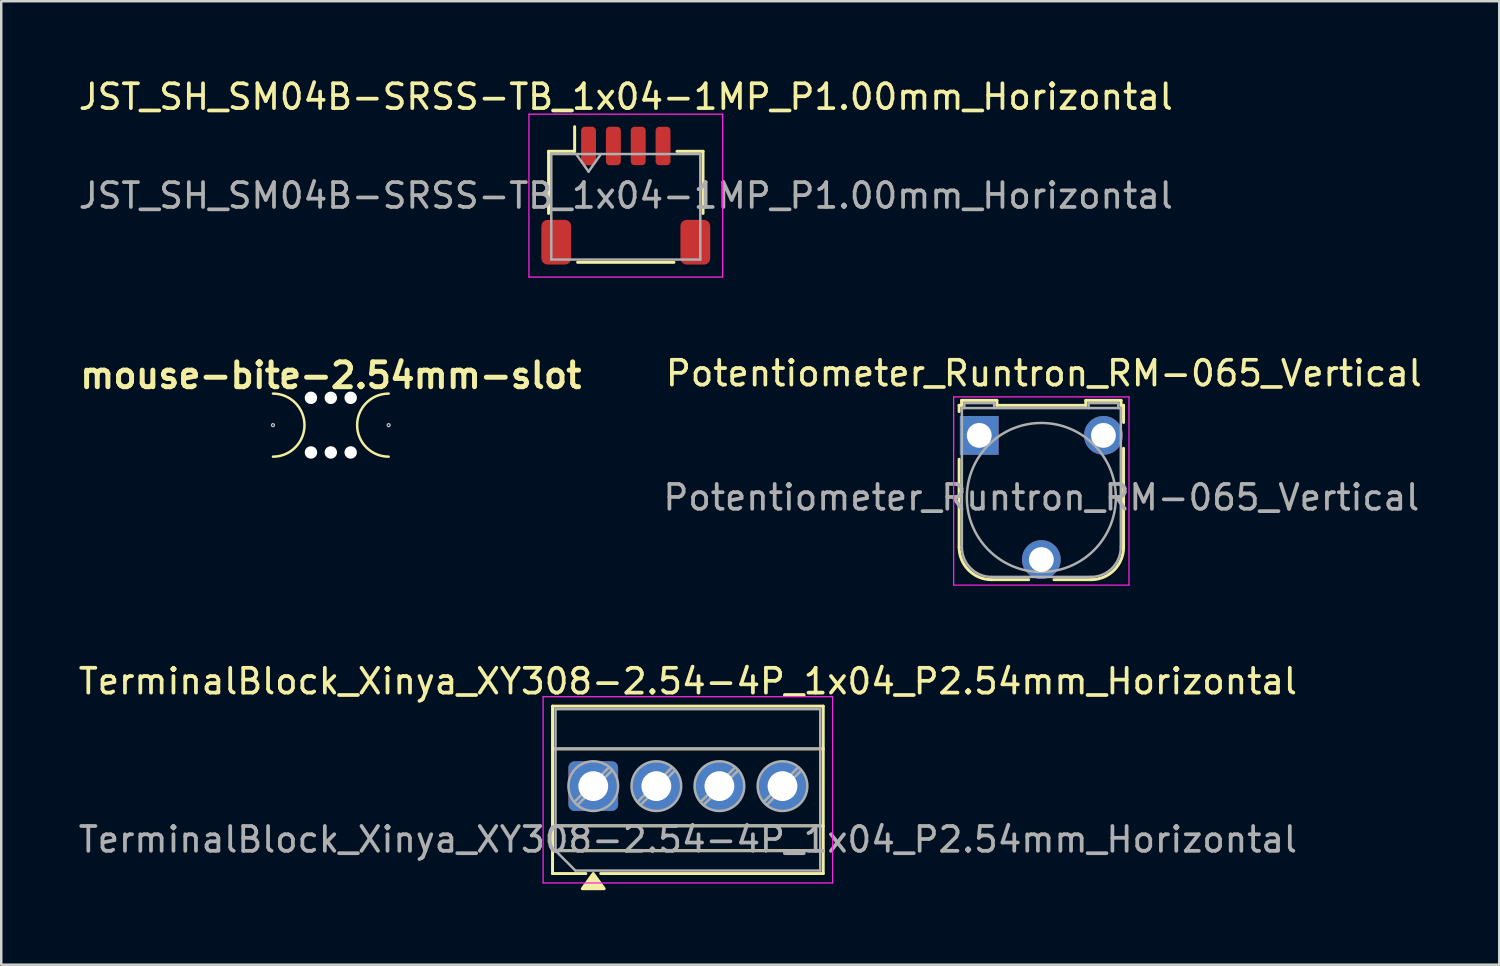
<source format=kicad_pcb>
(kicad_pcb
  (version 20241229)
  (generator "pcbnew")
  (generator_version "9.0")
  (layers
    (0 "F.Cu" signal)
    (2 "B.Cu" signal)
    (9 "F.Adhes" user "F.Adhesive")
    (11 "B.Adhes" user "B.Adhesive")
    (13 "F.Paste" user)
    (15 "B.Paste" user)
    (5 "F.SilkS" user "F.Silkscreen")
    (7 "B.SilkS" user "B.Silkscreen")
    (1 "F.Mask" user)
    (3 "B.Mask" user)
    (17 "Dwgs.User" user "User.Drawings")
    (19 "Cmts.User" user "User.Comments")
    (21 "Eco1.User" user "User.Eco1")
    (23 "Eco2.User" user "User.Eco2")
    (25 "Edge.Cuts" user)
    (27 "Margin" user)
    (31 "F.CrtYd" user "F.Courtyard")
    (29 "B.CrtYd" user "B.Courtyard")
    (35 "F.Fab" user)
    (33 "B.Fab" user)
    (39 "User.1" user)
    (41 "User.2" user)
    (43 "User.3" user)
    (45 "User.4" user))
  (footprint "mouse-bite-2.54mm-slot"
    (layer "F.Cu")
    (at 10.271 14.069)
    (property "Reference" "mouse-bite-2.54mm-slot" (at 0 -2 0) (layer "F.SilkS") (effects (font (size 1 1) (thickness 0.2))))
    (attr through_hole)
    (fp_arc (start -2.33 -1.27) (mid -1.06 0) (end -2.33 1.27) (stroke (width 0.1) (type solid)) (layer "F.SilkS"))
    (fp_arc (start 2.33 1.27) (mid 1.06 0) (end 2.33 -1.27) (stroke (width 0.1) (type solid)) (layer "F.SilkS"))
    (fp_circle (center -2.33 0) (end -2.27 0) (stroke (width 0.05) (type solid)) (fill no) (layer "Dwgs.User"))
    (fp_circle (center 2.33 0) (end 2.33 -0.06) (stroke (width 0.05) (type solid)) (fill no) (layer "Dwgs.User"))
    (fp_line (start -2.33 0) (end -2.33 0) (stroke (width 2.54) (type solid)) (layer "Eco1.User"))
    (fp_line (start 2.33 0) (end 2.33 0) (stroke (width 2.54) (type solid)) (layer "Eco1.User"))
    (pad "" np_thru_hole circle (at -0.8 -1.1) (size 0.5 0.5) (drill 0.5) (layers "*.Cu" "*.Mask"))
    (pad "" np_thru_hole circle (at -0.8 1.1) (size 0.5 0.5) (drill 0.5) (layers "*.Cu" "*.Mask"))
    (pad "" np_thru_hole circle (at 0 -1.1) (size 0.5 0.5) (drill 0.5) (layers "*.Cu" "*.Mask"))
    (pad "" np_thru_hole circle (at 0 1.1) (size 0.5 0.5) (drill 0.5) (layers "*.Cu" "*.Mask"))
    (pad "" np_thru_hole circle (at 0.8 -1.1) (size 0.5 0.5) (drill 0.5) (layers "*.Cu" "*.Mask"))
    (pad "" np_thru_hole circle (at 0.8 1.1) (size 0.5 0.5) (drill 0.5) (layers "*.Cu" "*.Mask")))
  (footprint "JST_SH_SM04B-SRSS-TB_1x04-1MP_P1.00mm_Horizontal"
    (layer "F.Cu")
    (at 22.149 4.828)
    (property "Reference" "JST_SH_SM04B-SRSS-TB_1x04-1MP_P1.00mm_Horizontal" (at 0 -3.98 0) (layer "F.SilkS") (effects (font (size 1 1) (thickness 0.15))))
    (attr smd)
    (fp_line (start -3.11 -1.785) (end -2.06 -1.785) (stroke (width 0.12) (type solid)) (layer "F.SilkS"))
    (fp_line (start -3.11 0.715) (end -3.11 -1.785) (stroke (width 0.12) (type solid)) (layer "F.SilkS"))
    (fp_line (start -2.06 -1.785) (end -2.06 -2.775) (stroke (width 0.12) (type solid)) (layer "F.SilkS"))
    (fp_line (start -1.94 2.685) (end 1.94 2.685) (stroke (width 0.12) (type solid)) (layer "F.SilkS"))
    (fp_line (start 3.11 -1.785) (end 2.06 -1.785) (stroke (width 0.12) (type solid)) (layer "F.SilkS"))
    (fp_line (start 3.11 0.715) (end 3.11 -1.785) (stroke (width 0.12) (type solid)) (layer "F.SilkS"))
    (fp_line (start -3.9 -3.28) (end -3.9 3.28) (stroke (width 0.05) (type solid)) (layer "F.CrtYd"))
    (fp_line (start -3.9 3.28) (end 3.9 3.28) (stroke (width 0.05) (type solid)) (layer "F.CrtYd"))
    (fp_line (start 3.9 -3.28) (end -3.9 -3.28) (stroke (width 0.05) (type solid)) (layer "F.CrtYd"))
    (fp_line (start 3.9 3.28) (end 3.9 -3.28) (stroke (width 0.05) (type solid)) (layer "F.CrtYd"))
    (fp_line (start -3 -1.675) (end -3 2.575) (stroke (width 0.1) (type solid)) (layer "F.Fab"))
    (fp_line (start -3 -1.675) (end 3 -1.675) (stroke (width 0.1) (type solid)) (layer "F.Fab"))
    (fp_line (start -3 2.575) (end 3 2.575) (stroke (width 0.1) (type solid)) (layer "F.Fab"))
    (fp_line (start -2 -1.675) (end -1.5 -0.968) (stroke (width 0.1) (type solid)) (layer "F.Fab"))
    (fp_line (start -1.5 -0.968) (end -1 -1.675) (stroke (width 0.1) (type solid)) (layer "F.Fab"))
    (fp_line (start 3 -1.675) (end 3 2.575) (stroke (width 0.1) (type solid)) (layer "F.Fab"))
    (fp_text user "${REFERENCE}" (at 0 0 0) (layer "F.Fab") (effects (font (size 1 1) (thickness 0.15))))
    (pad "1" smd roundrect (at -1.5 -2) (size 0.6 1.55) (layers "F.Cu" "F.Mask" "F.Paste") (roundrect_rratio 0.25))
    (pad "2" smd roundrect (at -0.5 -2) (size 0.6 1.55) (layers "F.Cu" "F.Mask" "F.Paste") (roundrect_rratio 0.25))
    (pad "3" smd roundrect (at 0.5 -2) (size 0.6 1.55) (layers "F.Cu" "F.Mask" "F.Paste") (roundrect_rratio 0.25))
    (pad "4" smd roundrect (at 1.5 -2) (size 0.6 1.55) (layers "F.Cu" "F.Mask" "F.Paste") (roundrect_rratio 0.25))
    (pad "MP" smd roundrect (at -2.8 1.875) (size 1.2 1.8) (layers "F.Cu" "F.Mask" "F.Paste") (roundrect_rratio 0.208))
    (pad "MP" smd roundrect (at 2.8 1.875) (size 1.2 1.8) (layers "F.Cu" "F.Mask" "F.Paste") (roundrect_rratio 0.208)))
  (footprint "TerminalBlock_Xinya_XY308-2.54-4P_1x04_P2.54mm_Horizontal"
    (layer "F.Cu")
    (at 20.839 28.605)
    (property "Reference" "TerminalBlock_Xinya_XY308-2.54-4P_1x04_P2.54mm_Horizontal" (at 3.81 -4.22 0) (layer "F.SilkS") (effects (font (size 1 1) (thickness 0.15))))
    (attr through_hole)
    (fp_line (start -1.64 -3.22) (end -1.64 3.52) (stroke (width 0.12) (type solid)) (layer "F.SilkS"))
    (fp_line (start -1.64 -3.22) (end 9.26 -3.22) (stroke (width 0.12) (type solid)) (layer "F.SilkS"))
    (fp_line (start -1.64 -1.5) (end 9.26 -1.5) (stroke (width 0.12) (type solid)) (layer "F.SilkS"))
    (fp_line (start -1.64 1.6) (end 9.26 1.6) (stroke (width 0.12) (type solid)) (layer "F.SilkS"))
    (fp_line (start -1.64 2.6) (end 9.26 2.6) (stroke (width 0.12) (type solid)) (layer "F.SilkS"))
    (fp_line (start -1.64 3.52) (end -0.3 3.52) (stroke (width 0.12) (type solid)) (layer "F.SilkS"))
    (fp_line (start 0.3 3.52) (end 9.26 3.52) (stroke (width 0.12) (type solid)) (layer "F.SilkS"))
    (fp_line (start 9.26 -3.22) (end 9.26 3.52) (stroke (width 0.12) (type solid)) (layer "F.SilkS"))
    (fp_poly (pts (xy 0 3.52) (xy 0.44 4.13) (xy -0.44 4.13)) (stroke (width 0.12) (type solid)) (fill yes) (layer "F.SilkS"))
    (fp_line (start -2.02 -3.6) (end -2.02 3.9) (stroke (width 0.05) (type solid)) (layer "F.CrtYd"))
    (fp_line (start -2.02 3.9) (end 9.64 3.9) (stroke (width 0.05) (type solid)) (layer "F.CrtYd"))
    (fp_line (start 9.64 -3.6) (end -2.02 -3.6) (stroke (width 0.05) (type solid)) (layer "F.CrtYd"))
    (fp_line (start 9.64 3.9) (end 9.64 -3.6) (stroke (width 0.05) (type solid)) (layer "F.CrtYd"))
    (fp_line (start -1.52 -3.1) (end 9.14 -3.1) (stroke (width 0.1) (type solid)) (layer "F.Fab"))
    (fp_line (start -1.52 -1.5) (end 9.14 -1.5) (stroke (width 0.1) (type solid)) (layer "F.Fab"))
    (fp_line (start -1.52 1.6) (end 9.14 1.6) (stroke (width 0.1) (type solid)) (layer "F.Fab"))
    (fp_line (start -1.52 2.6) (end -1.52 -3.1) (stroke (width 0.1) (type solid)) (layer "F.Fab"))
    (fp_line (start -1.52 2.6) (end 9.14 2.6) (stroke (width 0.1) (type solid)) (layer "F.Fab"))
    (fp_line (start -0.72 3.4) (end -1.52 2.6) (stroke (width 0.1) (type solid)) (layer "F.Fab"))
    (fp_line (start 0.636 -0.758) (end -0.758 0.636) (stroke (width 0.1) (type solid)) (layer "F.Fab"))
    (fp_line (start 0.758 -0.636) (end -0.636 0.758) (stroke (width 0.1) (type solid)) (layer "F.Fab"))
    (fp_line (start 3.176 -0.758) (end 1.782 0.636) (stroke (width 0.1) (type solid)) (layer "F.Fab"))
    (fp_line (start 3.298 -0.636) (end 1.904 0.758) (stroke (width 0.1) (type solid)) (layer "F.Fab"))
    (fp_line (start 5.716 -0.758) (end 4.322 0.636) (stroke (width 0.1) (type solid)) (layer "F.Fab"))
    (fp_line (start 5.838 -0.636) (end 4.444 0.758) (stroke (width 0.1) (type solid)) (layer "F.Fab"))
    (fp_line (start 8.256 -0.758) (end 6.862 0.636) (stroke (width 0.1) (type solid)) (layer "F.Fab"))
    (fp_line (start 8.378 -0.636) (end 6.984 0.758) (stroke (width 0.1) (type solid)) (layer "F.Fab"))
    (fp_line (start 9.14 -3.1) (end 9.14 3.4) (stroke (width 0.1) (type solid)) (layer "F.Fab"))
    (fp_line (start 9.14 3.4) (end -0.72 3.4) (stroke (width 0.1) (type solid)) (layer "F.Fab"))
    (fp_circle (center 0 0) (end 1 0) (stroke (width 0.1) (type solid)) (fill no) (layer "F.Fab"))
    (fp_circle (center 2.54 0) (end 3.54 0) (stroke (width 0.1) (type solid)) (fill no) (layer "F.Fab"))
    (fp_circle (center 5.08 0) (end 6.08 0) (stroke (width 0.1) (type solid)) (fill no) (layer "F.Fab"))
    (fp_circle (center 7.62 0) (end 8.62 0) (stroke (width 0.1) (type solid)) (fill no) (layer "F.Fab"))
    (fp_text user "${REFERENCE}" (at 3.81 2.15 0) (layer "F.Fab") (effects (font (size 1 1) (thickness 0.15))))
    (pad "1" thru_hole roundrect (at 0 0) (size 2 2) (drill 1.2) (layers "*.Cu" "*.Mask") (roundrect_rratio 0.125))
    (pad "2" thru_hole circle (at 2.54 0) (size 2 2) (drill 1.2) (layers "*.Cu" "*.Mask"))
    (pad "3" thru_hole circle (at 5.08 0) (size 2 2) (drill 1.2) (layers "*.Cu" "*.Mask"))
    (pad "4" thru_hole circle (at 7.62 0) (size 2 2) (drill 1.2) (layers "*.Cu" "*.Mask")))
  (footprint "Potentiometer_Runtron_RM-065_Vertical"
    (layer "F.Cu")
    (at 36.382 14.482)
    (property "Reference" "Potentiometer_Runtron_RM-065_Vertical" (at 2.6 -2.5 0) (layer "F.SilkS") (effects (font (size 1 1) (thickness 0.15))))
    (attr through_hole)
    (fp_line (start -0.81 -1.21) (end -0.81 -0.96) (stroke (width 0.12) (type solid)) (layer "F.SilkS"))
    (fp_line (start -0.81 4.5) (end -0.81 0.96) (stroke (width 0.12) (type solid)) (layer "F.SilkS"))
    (fp_line (start -0.71 -1.41) (end -0.71 -1.21) (stroke (width 0.12) (type solid)) (layer "F.SilkS"))
    (fp_line (start -0.71 -1.41) (end 0.71 -1.41) (stroke (width 0.12) (type solid)) (layer "F.SilkS"))
    (fp_line (start -0.71 -1.21) (end -0.81 -1.21) (stroke (width 0.12) (type solid)) (layer "F.SilkS"))
    (fp_line (start 0.71 -1.21) (end 0.71 -1.41) (stroke (width 0.12) (type solid)) (layer "F.SilkS"))
    (fp_line (start 0.71 -1.21) (end 4.29 -1.21) (stroke (width 0.12) (type solid)) (layer "F.SilkS"))
    (fp_line (start 1.99 5.81) (end 0.5 5.81) (stroke (width 0.12) (type solid)) (layer "F.SilkS"))
    (fp_line (start 4.29 -1.41) (end 5.71 -1.41) (stroke (width 0.12) (type solid)) (layer "F.SilkS"))
    (fp_line (start 4.29 -1.21) (end 4.29 -1.41) (stroke (width 0.12) (type solid)) (layer "F.SilkS"))
    (fp_line (start 4.5 5.81) (end 3.01 5.81) (stroke (width 0.12) (type solid)) (layer "F.SilkS"))
    (fp_line (start 5.71 -1.41) (end 5.71 -1.21) (stroke (width 0.12) (type solid)) (layer "F.SilkS"))
    (fp_line (start 5.71 -1.21) (end 5.81 -1.21) (stroke (width 0.12) (type solid)) (layer "F.SilkS"))
    (fp_line (start 5.81 -1.21) (end 5.81 -0.52) (stroke (width 0.12) (type solid)) (layer "F.SilkS"))
    (fp_line (start 5.81 0.52) (end 5.81 4.5) (stroke (width 0.12) (type solid)) (layer "F.SilkS"))
    (fp_arc (start 0.5 5.81) (mid -0.42631 5.42631) (end -0.81 4.5) (stroke (width 0.12) (type solid)) (layer "F.SilkS"))
    (fp_arc (start 5.81 4.5) (mid 5.42631 5.42631) (end 4.5 5.81) (stroke (width 0.12) (type solid)) (layer "F.SilkS"))
    (fp_line (start -1.03 -1.55) (end -1.03 6.03) (stroke (width 0.05) (type solid)) (layer "F.CrtYd"))
    (fp_line (start -1.03 -1.55) (end 6.03 -1.55) (stroke (width 0.05) (type solid)) (layer "F.CrtYd"))
    (fp_line (start 6.03 6.03) (end -1.03 6.03) (stroke (width 0.05) (type solid)) (layer "F.CrtYd"))
    (fp_line (start 6.03 6.03) (end 6.03 -1.55) (stroke (width 0.05) (type solid)) (layer "F.CrtYd"))
    (fp_line (start -0.7 4.5) (end -0.7 -1.1) (stroke (width 0.1) (type solid)) (layer "F.Fab"))
    (fp_line (start -0.6 -1.3) (end 0.6 -1.3) (stroke (width 0.1) (type solid)) (layer "F.Fab"))
    (fp_line (start -0.6 -1.1) (end -0.6 -1.3) (stroke (width 0.1) (type solid)) (layer "F.Fab"))
    (fp_line (start 0.5 5.7) (end 4.5 5.7) (stroke (width 0.1) (type solid)) (layer "F.Fab"))
    (fp_line (start 0.6 -1.3) (end 0.6 -1.1) (stroke (width 0.1) (type solid)) (layer "F.Fab"))
    (fp_line (start 4.4 -1.3) (end 4.4 -1.1) (stroke (width 0.1) (type solid)) (layer "F.Fab"))
    (fp_line (start 5.6 -1.3) (end 4.41 -1.3) (stroke (width 0.1) (type solid)) (layer "F.Fab"))
    (fp_line (start 5.6 -1.1) (end 5.6 -1.3) (stroke (width 0.1) (type solid)) (layer "F.Fab"))
    (fp_line (start 5.7 -1.1) (end -0.7 -1.1) (stroke (width 0.1) (type solid)) (layer "F.Fab"))
    (fp_line (start 5.7 4.5) (end 5.7 -1.1) (stroke (width 0.1) (type solid)) (layer "F.Fab"))
    (fp_arc (start 0.5 5.7) (mid -0.348528 5.348528) (end -0.7 4.5) (stroke (width 0.1) (type solid)) (layer "F.Fab"))
    (fp_arc (start 5.7 4.5) (mid 5.348528 5.348528) (end 4.5 5.7) (stroke (width 0.1) (type solid)) (layer "F.Fab"))
    (fp_circle (center 2.5 2.5) (end 5.5 2.5) (stroke (width 0.1) (type solid)) (fill no) (layer "F.Fab"))
    (fp_text user "${REFERENCE}" (at 2.5 2.5 0) (layer "F.Fab") (effects (font (size 1 1) (thickness 0.15))))
    (pad "1" thru_hole rect (at 0 0) (size 1.56 1.56) (drill 1) (layers "*.Cu" "*.Mask"))
    (pad "2" thru_hole circle (at 2.5 5) (size 1.56 1.56) (drill 1) (layers "*.Cu" "*.Mask"))
    (pad "3" thru_hole circle (at 5 0) (size 1.56 1.56) (drill 1) (layers "*.Cu" "*.Mask")))
  (gr_rect
    (start -3 -3)
    (end 57.321 35.795)
    (stroke (width 0.1) (type default))
    (fill no)
    (layer "Edge.Cuts")))
</source>
